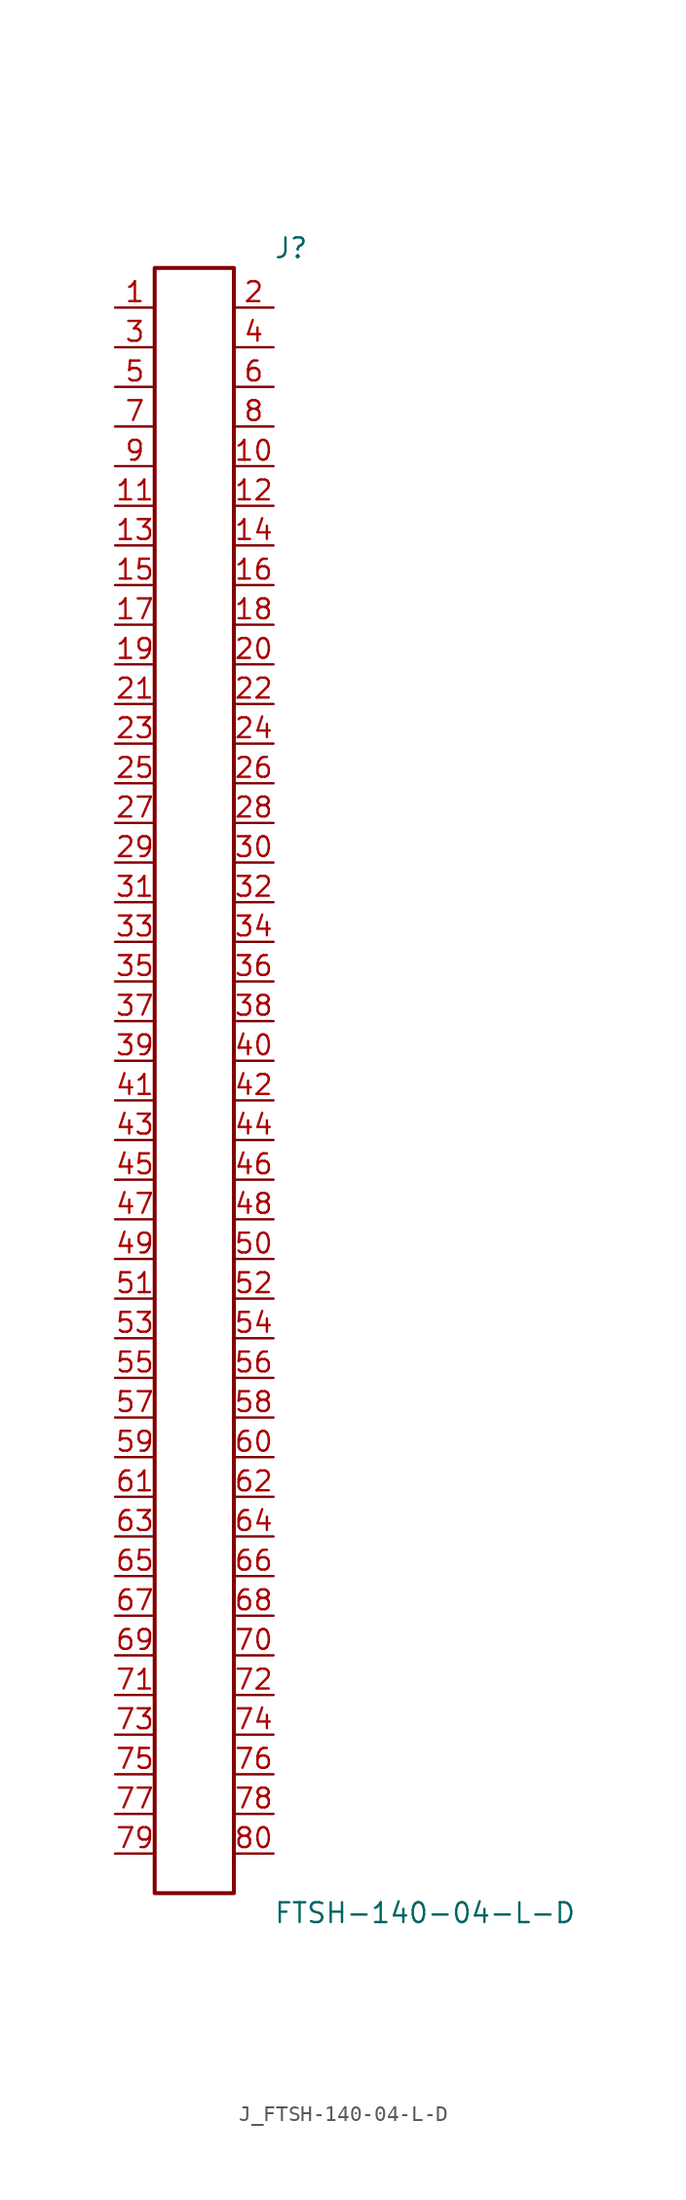
<source format=kicad_sym>
(kicad_symbol_lib
  (version 20231120)
  (generator kicad_symbol_editor)
  (generator_version 8.0)
  (symbol "J_FTSH-140-04-L-D"
    (pin_names
      (offset 0.254))
    (property "Reference" "J"
      (at 5.08 53.34 0)
      (effects (font (size 1.27 1.27)) (justify left)))
    (property "Value" "FTSH-140-04-L-D"
      (at 5.08 -53.34 0)
      (effects (font (size 1.27 1.27)) (justify left)))
    (symbol "J_FTSH-140-04-L-D_0_0"
      (pin passive line (at -5.08 49.53 0) (length 2.54) (name "" (effects (font (size 1.27 1.27)))) (number "1" (effects (font (size 1.27 1.27)))))
      (pin passive line (at 5.08 49.53 180) (length 2.54) (name "" (effects (font (size 1.27 1.27)))) (number "2" (effects (font (size 1.27 1.27)))))
      (pin passive line (at -5.08 46.99 0) (length 2.54) (name "" (effects (font (size 1.27 1.27)))) (number "3" (effects (font (size 1.27 1.27)))))
      (pin passive line (at 5.08 46.99 180) (length 2.54) (name "" (effects (font (size 1.27 1.27)))) (number "4" (effects (font (size 1.27 1.27)))))
      (pin passive line (at -5.08 44.45 0) (length 2.54) (name "" (effects (font (size 1.27 1.27)))) (number "5" (effects (font (size 1.27 1.27)))))
      (pin passive line (at 5.08 44.45 180) (length 2.54) (name "" (effects (font (size 1.27 1.27)))) (number "6" (effects (font (size 1.27 1.27)))))
      (pin passive line (at -5.08 41.91 0) (length 2.54) (name "" (effects (font (size 1.27 1.27)))) (number "7" (effects (font (size 1.27 1.27)))))
      (pin passive line (at 5.08 41.91 180) (length 2.54) (name "" (effects (font (size 1.27 1.27)))) (number "8" (effects (font (size 1.27 1.27)))))
      (pin passive line (at -5.08 39.37 0) (length 2.54) (name "" (effects (font (size 1.27 1.27)))) (number "9" (effects (font (size 1.27 1.27)))))
      (pin passive line (at 5.08 39.37 180) (length 2.54) (name "" (effects (font (size 1.27 1.27)))) (number "10" (effects (font (size 1.27 1.27)))))
      (pin passive line (at -5.08 36.83 0) (length 2.54) (name "" (effects (font (size 1.27 1.27)))) (number "11" (effects (font (size 1.27 1.27)))))
      (pin passive line (at 5.08 36.83 180) (length 2.54) (name "" (effects (font (size 1.27 1.27)))) (number "12" (effects (font (size 1.27 1.27)))))
      (pin passive line (at -5.08 34.29 0) (length 2.54) (name "" (effects (font (size 1.27 1.27)))) (number "13" (effects (font (size 1.27 1.27)))))
      (pin passive line (at 5.08 34.29 180) (length 2.54) (name "" (effects (font (size 1.27 1.27)))) (number "14" (effects (font (size 1.27 1.27)))))
      (pin passive line (at -5.08 31.75 0) (length 2.54) (name "" (effects (font (size 1.27 1.27)))) (number "15" (effects (font (size 1.27 1.27)))))
      (pin passive line (at 5.08 31.75 180) (length 2.54) (name "" (effects (font (size 1.27 1.27)))) (number "16" (effects (font (size 1.27 1.27)))))
      (pin passive line (at -5.08 29.21 0) (length 2.54) (name "" (effects (font (size 1.27 1.27)))) (number "17" (effects (font (size 1.27 1.27)))))
      (pin passive line (at 5.08 29.21 180) (length 2.54) (name "" (effects (font (size 1.27 1.27)))) (number "18" (effects (font (size 1.27 1.27)))))
      (pin passive line (at -5.08 26.67 0) (length 2.54) (name "" (effects (font (size 1.27 1.27)))) (number "19" (effects (font (size 1.27 1.27)))))
      (pin passive line (at 5.08 26.67 180) (length 2.54) (name "" (effects (font (size 1.27 1.27)))) (number "20" (effects (font (size 1.27 1.27)))))
      (pin passive line (at -5.08 24.13 0) (length 2.54) (name "" (effects (font (size 1.27 1.27)))) (number "21" (effects (font (size 1.27 1.27)))))
      (pin passive line (at 5.08 24.13 180) (length 2.54) (name "" (effects (font (size 1.27 1.27)))) (number "22" (effects (font (size 1.27 1.27)))))
      (pin passive line (at -5.08 21.59 0) (length 2.54) (name "" (effects (font (size 1.27 1.27)))) (number "23" (effects (font (size 1.27 1.27)))))
      (pin passive line (at 5.08 21.59 180) (length 2.54) (name "" (effects (font (size 1.27 1.27)))) (number "24" (effects (font (size 1.27 1.27)))))
      (pin passive line (at -5.08 19.05 0) (length 2.54) (name "" (effects (font (size 1.27 1.27)))) (number "25" (effects (font (size 1.27 1.27)))))
      (pin passive line (at 5.08 19.05 180) (length 2.54) (name "" (effects (font (size 1.27 1.27)))) (number "26" (effects (font (size 1.27 1.27)))))
      (pin passive line (at -5.08 16.51 0) (length 2.54) (name "" (effects (font (size 1.27 1.27)))) (number "27" (effects (font (size 1.27 1.27)))))
      (pin passive line (at 5.08 16.51 180) (length 2.54) (name "" (effects (font (size 1.27 1.27)))) (number "28" (effects (font (size 1.27 1.27)))))
      (pin passive line (at -5.08 13.97 0) (length 2.54) (name "" (effects (font (size 1.27 1.27)))) (number "29" (effects (font (size 1.27 1.27)))))
      (pin passive line (at 5.08 13.97 180) (length 2.54) (name "" (effects (font (size 1.27 1.27)))) (number "30" (effects (font (size 1.27 1.27)))))
      (pin passive line (at -5.08 11.43 0) (length 2.54) (name "" (effects (font (size 1.27 1.27)))) (number "31" (effects (font (size 1.27 1.27)))))
      (pin passive line (at 5.08 11.43 180) (length 2.54) (name "" (effects (font (size 1.27 1.27)))) (number "32" (effects (font (size 1.27 1.27)))))
      (pin passive line (at -5.08 8.89 0) (length 2.54) (name "" (effects (font (size 1.27 1.27)))) (number "33" (effects (font (size 1.27 1.27)))))
      (pin passive line (at 5.08 8.89 180) (length 2.54) (name "" (effects (font (size 1.27 1.27)))) (number "34" (effects (font (size 1.27 1.27)))))
      (pin passive line (at -5.08 6.35 0) (length 2.54) (name "" (effects (font (size 1.27 1.27)))) (number "35" (effects (font (size 1.27 1.27)))))
      (pin passive line (at 5.08 6.35 180) (length 2.54) (name "" (effects (font (size 1.27 1.27)))) (number "36" (effects (font (size 1.27 1.27)))))
      (pin passive line (at -5.08 3.81 0) (length 2.54) (name "" (effects (font (size 1.27 1.27)))) (number "37" (effects (font (size 1.27 1.27)))))
      (pin passive line (at 5.08 3.81 180) (length 2.54) (name "" (effects (font (size 1.27 1.27)))) (number "38" (effects (font (size 1.27 1.27)))))
      (pin passive line (at -5.08 1.27 0) (length 2.54) (name "" (effects (font (size 1.27 1.27)))) (number "39" (effects (font (size 1.27 1.27)))))
      (pin passive line (at 5.08 1.27 180) (length 2.54) (name "" (effects (font (size 1.27 1.27)))) (number "40" (effects (font (size 1.27 1.27)))))
      (pin passive line (at -5.08 -1.27 0) (length 2.54) (name "" (effects (font (size 1.27 1.27)))) (number "41" (effects (font (size 1.27 1.27)))))
      (pin passive line (at 5.08 -1.27 180) (length 2.54) (name "" (effects (font (size 1.27 1.27)))) (number "42" (effects (font (size 1.27 1.27)))))
      (pin passive line (at -5.08 -3.81 0) (length 2.54) (name "" (effects (font (size 1.27 1.27)))) (number "43" (effects (font (size 1.27 1.27)))))
      (pin passive line (at 5.08 -3.81 180) (length 2.54) (name "" (effects (font (size 1.27 1.27)))) (number "44" (effects (font (size 1.27 1.27)))))
      (pin passive line (at -5.08 -6.35 0) (length 2.54) (name "" (effects (font (size 1.27 1.27)))) (number "45" (effects (font (size 1.27 1.27)))))
      (pin passive line (at 5.08 -6.35 180) (length 2.54) (name "" (effects (font (size 1.27 1.27)))) (number "46" (effects (font (size 1.27 1.27)))))
      (pin passive line (at -5.08 -8.89 0) (length 2.54) (name "" (effects (font (size 1.27 1.27)))) (number "47" (effects (font (size 1.27 1.27)))))
      (pin passive line (at 5.08 -8.89 180) (length 2.54) (name "" (effects (font (size 1.27 1.27)))) (number "48" (effects (font (size 1.27 1.27)))))
      (pin passive line (at -5.08 -11.43 0) (length 2.54) (name "" (effects (font (size 1.27 1.27)))) (number "49" (effects (font (size 1.27 1.27)))))
      (pin passive line (at 5.08 -11.43 180) (length 2.54) (name "" (effects (font (size 1.27 1.27)))) (number "50" (effects (font (size 1.27 1.27)))))
      (pin passive line (at -5.08 -13.97 0) (length 2.54) (name "" (effects (font (size 1.27 1.27)))) (number "51" (effects (font (size 1.27 1.27)))))
      (pin passive line (at 5.08 -13.97 180) (length 2.54) (name "" (effects (font (size 1.27 1.27)))) (number "52" (effects (font (size 1.27 1.27)))))
      (pin passive line (at -5.08 -16.51 0) (length 2.54) (name "" (effects (font (size 1.27 1.27)))) (number "53" (effects (font (size 1.27 1.27)))))
      (pin passive line (at 5.08 -16.51 180) (length 2.54) (name "" (effects (font (size 1.27 1.27)))) (number "54" (effects (font (size 1.27 1.27)))))
      (pin passive line (at -5.08 -19.05 0) (length 2.54) (name "" (effects (font (size 1.27 1.27)))) (number "55" (effects (font (size 1.27 1.27)))))
      (pin passive line (at 5.08 -19.05 180) (length 2.54) (name "" (effects (font (size 1.27 1.27)))) (number "56" (effects (font (size 1.27 1.27)))))
      (pin passive line (at -5.08 -21.59 0) (length 2.54) (name "" (effects (font (size 1.27 1.27)))) (number "57" (effects (font (size 1.27 1.27)))))
      (pin passive line (at 5.08 -21.59 180) (length 2.54) (name "" (effects (font (size 1.27 1.27)))) (number "58" (effects (font (size 1.27 1.27)))))
      (pin passive line (at -5.08 -24.13 0) (length 2.54) (name "" (effects (font (size 1.27 1.27)))) (number "59" (effects (font (size 1.27 1.27)))))
      (pin passive line (at 5.08 -24.13 180) (length 2.54) (name "" (effects (font (size 1.27 1.27)))) (number "60" (effects (font (size 1.27 1.27)))))
      (pin passive line (at -5.08 -26.67 0) (length 2.54) (name "" (effects (font (size 1.27 1.27)))) (number "61" (effects (font (size 1.27 1.27)))))
      (pin passive line (at 5.08 -26.67 180) (length 2.54) (name "" (effects (font (size 1.27 1.27)))) (number "62" (effects (font (size 1.27 1.27)))))
      (pin passive line (at -5.08 -29.21 0) (length 2.54) (name "" (effects (font (size 1.27 1.27)))) (number "63" (effects (font (size 1.27 1.27)))))
      (pin passive line (at 5.08 -29.21 180) (length 2.54) (name "" (effects (font (size 1.27 1.27)))) (number "64" (effects (font (size 1.27 1.27)))))
      (pin passive line (at -5.08 -31.75 0) (length 2.54) (name "" (effects (font (size 1.27 1.27)))) (number "65" (effects (font (size 1.27 1.27)))))
      (pin passive line (at 5.08 -31.75 180) (length 2.54) (name "" (effects (font (size 1.27 1.27)))) (number "66" (effects (font (size 1.27 1.27)))))
      (pin passive line (at -5.08 -34.29 0) (length 2.54) (name "" (effects (font (size 1.27 1.27)))) (number "67" (effects (font (size 1.27 1.27)))))
      (pin passive line (at 5.08 -34.29 180) (length 2.54) (name "" (effects (font (size 1.27 1.27)))) (number "68" (effects (font (size 1.27 1.27)))))
      (pin passive line (at -5.08 -36.83 0) (length 2.54) (name "" (effects (font (size 1.27 1.27)))) (number "69" (effects (font (size 1.27 1.27)))))
      (pin passive line (at 5.08 -36.83 180) (length 2.54) (name "" (effects (font (size 1.27 1.27)))) (number "70" (effects (font (size 1.27 1.27)))))
      (pin passive line (at -5.08 -39.37 0) (length 2.54) (name "" (effects (font (size 1.27 1.27)))) (number "71" (effects (font (size 1.27 1.27)))))
      (pin passive line (at 5.08 -39.37 180) (length 2.54) (name "" (effects (font (size 1.27 1.27)))) (number "72" (effects (font (size 1.27 1.27)))))
      (pin passive line (at -5.08 -41.91 0) (length 2.54) (name "" (effects (font (size 1.27 1.27)))) (number "73" (effects (font (size 1.27 1.27)))))
      (pin passive line (at 5.08 -41.91 180) (length 2.54) (name "" (effects (font (size 1.27 1.27)))) (number "74" (effects (font (size 1.27 1.27)))))
      (pin passive line (at -5.08 -44.45 0) (length 2.54) (name "" (effects (font (size 1.27 1.27)))) (number "75" (effects (font (size 1.27 1.27)))))
      (pin passive line (at 5.08 -44.45 180) (length 2.54) (name "" (effects (font (size 1.27 1.27)))) (number "76" (effects (font (size 1.27 1.27)))))
      (pin passive line (at -5.08 -46.99 0) (length 2.54) (name "" (effects (font (size 1.27 1.27)))) (number "77" (effects (font (size 1.27 1.27)))))
      (pin passive line (at 5.08 -46.99 180) (length 2.54) (name "" (effects (font (size 1.27 1.27)))) (number "78" (effects (font (size 1.27 1.27)))))
      (pin passive line (at -5.08 -49.53 0) (length 2.54) (name "" (effects (font (size 1.27 1.27)))) (number "79" (effects (font (size 1.27 1.27)))))
      (pin passive line (at 5.08 -49.53 180) (length 2.54) (name "" (effects (font (size 1.27 1.27)))) (number "80" (effects (font (size 1.27 1.27))))))
    (symbol "J_FTSH-140-04-L-D_1_0"
      (rectangle (start -2.54 52.07) (end 2.54 -52.07) (stroke (width 0.254) (type solid)) (fill (type none))))))
</source>
